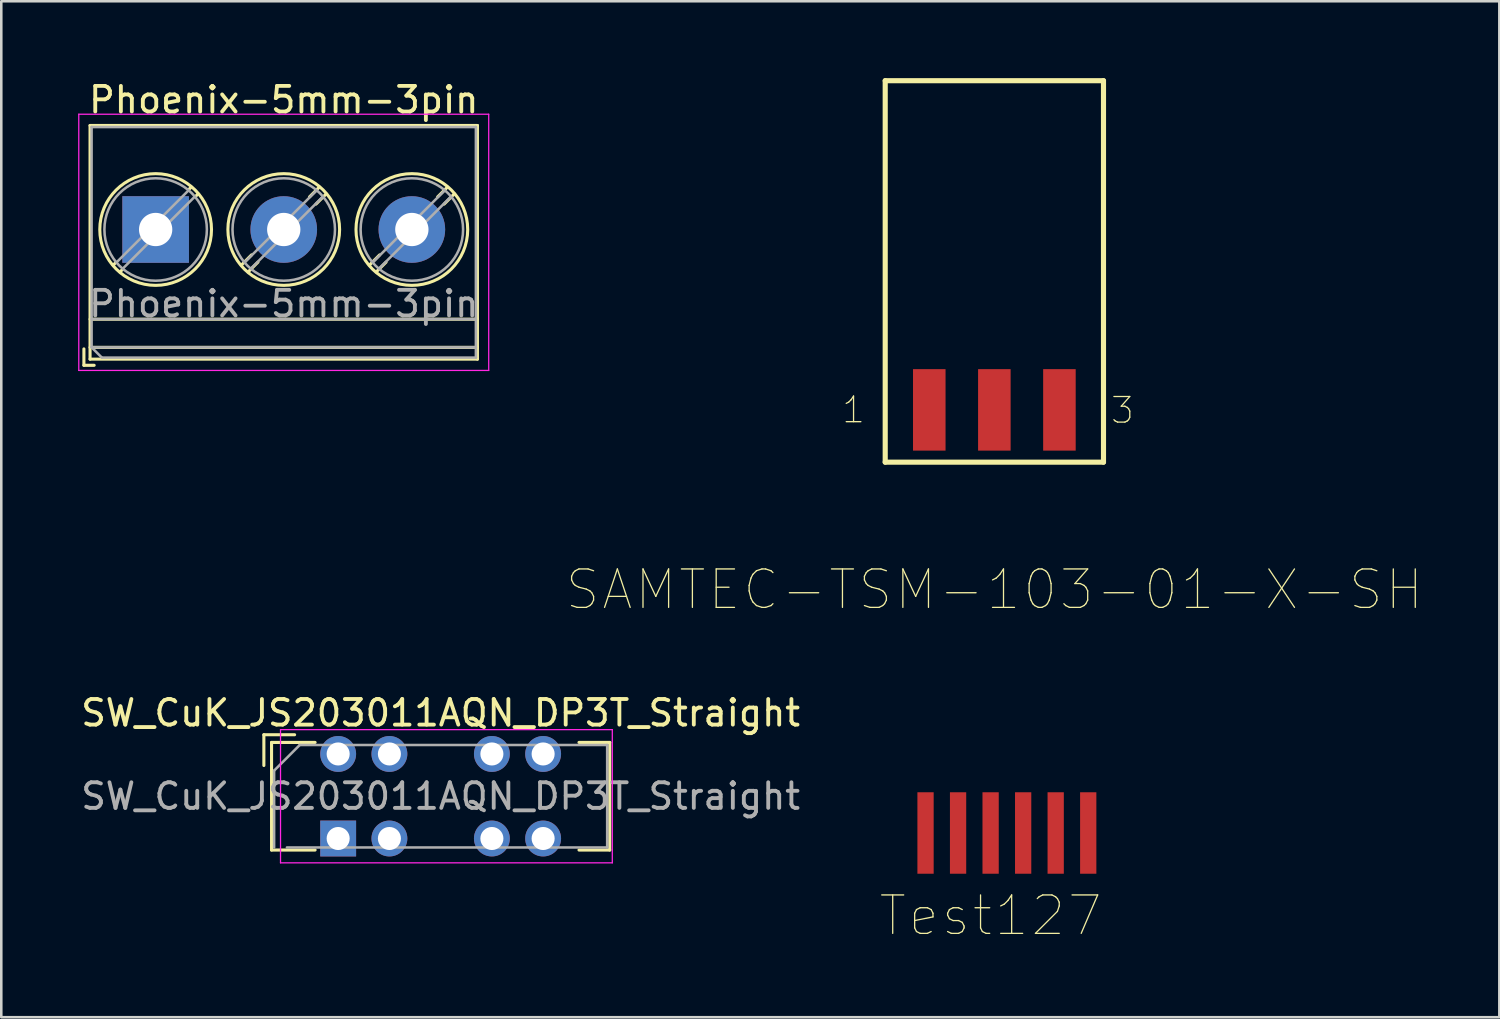
<source format=kicad_pcb>
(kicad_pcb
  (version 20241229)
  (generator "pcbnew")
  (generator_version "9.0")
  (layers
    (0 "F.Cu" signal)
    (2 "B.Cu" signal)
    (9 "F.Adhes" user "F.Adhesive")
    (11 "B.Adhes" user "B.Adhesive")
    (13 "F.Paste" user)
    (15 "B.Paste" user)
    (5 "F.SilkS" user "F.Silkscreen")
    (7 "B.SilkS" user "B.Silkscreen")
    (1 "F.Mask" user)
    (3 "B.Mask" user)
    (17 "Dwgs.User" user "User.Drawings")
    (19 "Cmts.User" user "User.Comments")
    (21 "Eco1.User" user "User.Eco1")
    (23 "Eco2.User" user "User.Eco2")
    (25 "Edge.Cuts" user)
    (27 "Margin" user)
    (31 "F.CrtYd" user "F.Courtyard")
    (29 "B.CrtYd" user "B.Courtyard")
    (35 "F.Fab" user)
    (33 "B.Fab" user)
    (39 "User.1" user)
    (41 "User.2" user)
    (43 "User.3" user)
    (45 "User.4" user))
  (footprint "Test127"
    (layer "F.Cu")
    (at 35.615 24.18)
    (property "Reference" "Test127" (at 0 8.509 0) (layer "F.SilkS") (effects (font (size 1.5 1.5) (thickness 0.05))))
    (attr smd)
    (fp_poly (pts (xy -2.921 3.688) (xy -2.159 3.688) (xy -2.159 6.98) (xy -2.921 6.98)) (stroke (width 0) (type solid)) (fill yes) (layer "F.Mask"))
    (fp_poly (pts (xy -1.651 3.693) (xy -0.889 3.683) (xy -0.889 6.985) (xy -1.651 6.99)) (stroke (width 0) (type solid)) (fill yes) (layer "F.Mask"))
    (fp_poly (pts (xy -0.381 3.688) (xy 0.381 3.688) (xy 0.381 6.98) (xy -0.381 6.98)) (stroke (width 0) (type solid)) (fill yes) (layer "F.Mask"))
    (fp_poly (pts (xy 0.889 3.688) (xy 1.651 3.688) (xy 1.651 6.98) (xy 0.889 6.98)) (stroke (width 0) (type solid)) (fill yes) (layer "F.Mask"))
    (fp_poly (pts (xy 2.159 3.688) (xy 2.921 3.688) (xy 2.921 6.98) (xy 2.159 6.98)) (stroke (width 0) (type solid)) (fill yes) (layer "F.Mask"))
    (fp_poly (pts (xy 3.429 3.688) (xy 4.191 3.688) (xy 4.191 6.98) (xy 3.429 6.98)) (stroke (width 0) (type solid)) (fill yes) (layer "F.Mask"))
    (fp_line (start -2.858 3.81) (end -2.222 3.81) (stroke (width 0.1) (type solid)) (layer "Eco2.User"))
    (fp_line (start -2.673 5.842) (end -2.858 5.334) (stroke (width 0.1) (type solid)) (layer "Eco2.User"))
    (fp_line (start -2.673 5.842) (end -2.407 5.842) (stroke (width 0.1) (type solid)) (layer "Eco2.User"))
    (fp_line (start -2.407 5.842) (end -2.222 5.334) (stroke (width 0.1) (type solid)) (layer "Eco2.User"))
    (fp_line (start -0.318 3.81) (end 0.318 3.81) (stroke (width 0.1) (type solid)) (layer "Eco2.User"))
    (fp_line (start -0.133 5.842) (end -0.318 5.334) (stroke (width 0.1) (type solid)) (layer "Eco2.User"))
    (fp_line (start -0.133 5.842) (end 0.133 5.842) (stroke (width 0.1) (type solid)) (layer "Eco2.User"))
    (fp_line (start 0.133 5.842) (end 0.318 5.334) (stroke (width 0.1) (type solid)) (layer "Eco2.User"))
    (fp_line (start 2.222 3.807) (end 2.858 3.807) (stroke (width 0.1) (type solid)) (layer "Eco2.User"))
    (fp_line (start 2.407 5.839) (end 2.222 5.331) (stroke (width 0.1) (type solid)) (layer "Eco2.User"))
    (fp_line (start 2.407 5.839) (end 2.673 5.839) (stroke (width 0.1) (type solid)) (layer "Eco2.User"))
    (fp_line (start 2.673 5.839) (end 2.858 5.331) (stroke (width 0.1) (type solid)) (layer "Eco2.User"))
    (pad "1" smd rect (at -2.54 5.283) (size 0.635 3.18) (layers "F.Cu" "F.Mask" "F.Paste"))
    (pad "2" smd rect (at -1.27 5.283) (size 0.635 3.18) (layers "F.Cu" "F.Mask" "F.Paste"))
    (pad "3" smd rect (at 0 5.283) (size 0.635 3.18) (layers "F.Cu" "F.Mask" "F.Paste"))
    (pad "4" smd rect (at 1.27 5.283) (size 0.635 3.18) (layers "F.Cu" "F.Mask" "F.Paste"))
    (pad "5" smd rect (at 2.54 5.283) (size 0.635 3.18) (layers "F.Cu" "F.Mask" "F.Paste"))
    (pad "6" smd rect (at 3.81 5.283) (size 0.635 3.18) (layers "F.Cu" "F.Mask" "F.Paste")))
  (footprint "Phoenix-5mm-3pin"
    (layer "F.Cu")
    (at 3.025 5.908)
    (property "Reference" "Phoenix-5mm-3pin" (at 5 -5.06 0) (layer "F.SilkS") (effects (font (size 1 1) (thickness 0.15))))
    (attr through_hole)
    (fp_line (start -2.8 4.66) (end -2.8 5.3) (stroke (width 0.12) (type solid)) (layer "F.SilkS"))
    (fp_line (start -2.8 5.3) (end -2.4 5.3) (stroke (width 0.12) (type solid)) (layer "F.SilkS"))
    (fp_line (start -2.56 -4.06) (end -2.56 5.06) (stroke (width 0.12) (type solid)) (layer "F.SilkS"))
    (fp_line (start -2.56 -4.06) (end 12.56 -4.06) (stroke (width 0.12) (type solid)) (layer "F.SilkS"))
    (fp_line (start -2.56 3.5) (end 12.56 3.5) (stroke (width 0.12) (type solid)) (layer "F.SilkS"))
    (fp_line (start -2.56 4.6) (end 12.56 4.6) (stroke (width 0.12) (type solid)) (layer "F.SilkS"))
    (fp_line (start -2.56 5.06) (end 12.56 5.06) (stroke (width 0.12) (type solid)) (layer "F.SilkS"))
    (fp_line (start -1.548 1.281) (end -1.654 1.388) (stroke (width 0.12) (type solid)) (layer "F.SilkS"))
    (fp_line (start -1.282 1.547) (end -1.388 1.654) (stroke (width 0.12) (type solid)) (layer "F.SilkS"))
    (fp_line (start 1.388 -1.654) (end 1.281 -1.547) (stroke (width 0.12) (type solid)) (layer "F.SilkS"))
    (fp_line (start 1.654 -1.388) (end 1.547 -1.281) (stroke (width 0.12) (type solid)) (layer "F.SilkS"))
    (fp_line (start 3.742 0.992) (end 3.347 1.388) (stroke (width 0.12) (type solid)) (layer "F.SilkS"))
    (fp_line (start 3.993 1.274) (end 3.613 1.654) (stroke (width 0.12) (type solid)) (layer "F.SilkS"))
    (fp_line (start 6.388 -1.654) (end 6.008 -1.274) (stroke (width 0.12) (type solid)) (layer "F.SilkS"))
    (fp_line (start 6.654 -1.388) (end 6.259 -0.992) (stroke (width 0.12) (type solid)) (layer "F.SilkS"))
    (fp_line (start 8.742 0.992) (end 8.347 1.388) (stroke (width 0.12) (type solid)) (layer "F.SilkS"))
    (fp_line (start 8.993 1.274) (end 8.613 1.654) (stroke (width 0.12) (type solid)) (layer "F.SilkS"))
    (fp_line (start 11.388 -1.654) (end 11.008 -1.274) (stroke (width 0.12) (type solid)) (layer "F.SilkS"))
    (fp_line (start 11.654 -1.388) (end 11.259 -0.992) (stroke (width 0.12) (type solid)) (layer "F.SilkS"))
    (fp_line (start 12.56 -4.06) (end 12.56 5.06) (stroke (width 0.12) (type solid)) (layer "F.SilkS"))
    (fp_circle (center 0 0) (end 2.18 0) (stroke (width 0.12) (type solid)) (fill no) (layer "F.SilkS"))
    (fp_circle (center 5 0) (end 7.18 0) (stroke (width 0.12) (type solid)) (fill no) (layer "F.SilkS"))
    (fp_circle (center 10 0) (end 12.18 0) (stroke (width 0.12) (type solid)) (fill no) (layer "F.SilkS"))
    (fp_line (start -3 -4.5) (end -3 5.5) (stroke (width 0.05) (type solid)) (layer "F.CrtYd"))
    (fp_line (start -3 5.5) (end 13 5.5) (stroke (width 0.05) (type solid)) (layer "F.CrtYd"))
    (fp_line (start 13 -4.5) (end -3 -4.5) (stroke (width 0.05) (type solid)) (layer "F.CrtYd"))
    (fp_line (start 13 5.5) (end 13 -4.5) (stroke (width 0.05) (type solid)) (layer "F.CrtYd"))
    (fp_line (start -2.5 -4) (end 12.5 -4) (stroke (width 0.1) (type solid)) (layer "F.Fab"))
    (fp_line (start -2.5 3.5) (end 12.5 3.5) (stroke (width 0.1) (type solid)) (layer "F.Fab"))
    (fp_line (start -2.5 4.6) (end -2.5 -4) (stroke (width 0.1) (type solid)) (layer "F.Fab"))
    (fp_line (start -2.5 4.6) (end 12.5 4.6) (stroke (width 0.1) (type solid)) (layer "F.Fab"))
    (fp_line (start -2.1 5) (end -2.5 4.6) (stroke (width 0.1) (type solid)) (layer "F.Fab"))
    (fp_line (start 1.273 -1.517) (end -1.517 1.273) (stroke (width 0.1) (type solid)) (layer "F.Fab"))
    (fp_line (start 1.517 -1.273) (end -1.273 1.517) (stroke (width 0.1) (type solid)) (layer "F.Fab"))
    (fp_line (start 6.273 -1.517) (end 3.484 1.273) (stroke (width 0.1) (type solid)) (layer "F.Fab"))
    (fp_line (start 6.517 -1.273) (end 3.728 1.517) (stroke (width 0.1) (type solid)) (layer "F.Fab"))
    (fp_line (start 11.273 -1.517) (end 8.484 1.273) (stroke (width 0.1) (type solid)) (layer "F.Fab"))
    (fp_line (start 11.517 -1.273) (end 8.728 1.517) (stroke (width 0.1) (type solid)) (layer "F.Fab"))
    (fp_line (start 12.5 -4) (end 12.5 5) (stroke (width 0.1) (type solid)) (layer "F.Fab"))
    (fp_line (start 12.5 5) (end -2.1 5) (stroke (width 0.1) (type solid)) (layer "F.Fab"))
    (fp_circle (center 0 0) (end 2 0) (stroke (width 0.1) (type solid)) (fill no) (layer "F.Fab"))
    (fp_circle (center 5 0) (end 7 0) (stroke (width 0.1) (type solid)) (fill no) (layer "F.Fab"))
    (fp_circle (center 10 0) (end 12 0) (stroke (width 0.1) (type solid)) (fill no) (layer "F.Fab"))
    (fp_text user "${REFERENCE}" (at 5 2.9 0) (layer "F.Fab") (effects (font (size 1 1) (thickness 0.15))))
    (pad "1" thru_hole rect (at 0 0) (size 2.6 2.6) (drill 1.3) (layers "*.Cu" "*.Mask"))
    (pad "2" thru_hole circle (at 5 0) (size 2.6 2.6) (drill 1.3) (layers "*.Cu" "*.Mask"))
    (pad "3" thru_hole circle (at 10 0) (size 2.6 2.6) (drill 1.3) (layers "*.Cu" "*.Mask")))
  (footprint "SAMTEC-TSM-103-01-X-SH"
    (layer "F.Cu")
    (at 35.761 7.665)
    (property "Reference" "SAMTEC-TSM-103-01-X-SH" (at 0 12.3 0) (layer "F.SilkS") (effects (font (size 1.5 1.5) (thickness 0.05))))
    (attr smd)
    (fp_poly (pts (xy -3.226 3.642) (xy -1.854 3.642) (xy -1.854 6.924) (xy -3.226 6.924)) (stroke (width 0) (type solid)) (fill yes) (layer "F.Mask"))
    (fp_poly (pts (xy -0.686 3.642) (xy 0.686 3.642) (xy 0.686 6.924) (xy -0.686 6.924)) (stroke (width 0) (type solid)) (fill yes) (layer "F.Mask"))
    (fp_poly (pts (xy 1.854 3.642) (xy 3.226 3.642) (xy 3.226 6.924) (xy 1.854 6.924)) (stroke (width 0) (type solid)) (fill yes) (layer "F.Mask"))
    (fp_line (start -4.26 -7.565) (end -4.26 7.324) (stroke (width 0.2) (type solid)) (layer "F.SilkS"))
    (fp_line (start -4.26 7.324) (end 4.26 7.324) (stroke (width 0.2) (type solid)) (layer "F.SilkS"))
    (fp_line (start 4.26 -7.565) (end -4.26 -7.565) (stroke (width 0.2) (type solid)) (layer "F.SilkS"))
    (fp_line (start 4.26 7.324) (end 4.26 -7.565) (stroke (width 0.2) (type solid)) (layer "F.SilkS"))
    (fp_poly (pts (xy -3.175 3.693) (xy -1.905 3.693) (xy -1.905 6.873) (xy -3.175 6.873)) (stroke (width 0) (type solid)) (fill yes) (layer "F.Paste"))
    (fp_poly (pts (xy -0.635 3.693) (xy 0.635 3.693) (xy 0.635 6.873) (xy -0.635 6.873)) (stroke (width 0) (type solid)) (fill yes) (layer "F.Paste"))
    (fp_poly (pts (xy 1.905 3.693) (xy 3.175 3.693) (xy 3.175 6.873) (xy 1.905 6.873)) (stroke (width 0) (type solid)) (fill yes) (layer "F.Paste"))
    (fp_line (start -4.26 -7.565) (end -4.26 7.324) (stroke (width 0.1) (type solid)) (layer "Eco2.User"))
    (fp_line (start -4.26 7.324) (end 4.26 7.324) (stroke (width 0.1) (type solid)) (layer "Eco2.User"))
    (fp_line (start -3.81 -1.27) (end -3.81 1.27) (stroke (width 0.1) (type solid)) (layer "Eco2.User"))
    (fp_line (start -3.81 -1.27) (end -1.651 -1.27) (stroke (width 0.1) (type solid)) (layer "Eco2.User"))
    (fp_line (start -3.81 1.27) (end -1.651 1.27) (stroke (width 0.1) (type solid)) (layer "Eco2.User"))
    (fp_line (start -2.858 -1.27) (end -2.858 -6.604) (stroke (width 0.1) (type solid)) (layer "Eco2.User"))
    (fp_line (start -2.858 3.81) (end -2.222 3.81) (stroke (width 0.1) (type solid)) (layer "Eco2.User"))
    (fp_line (start -2.858 5.334) (end -2.858 1.27) (stroke (width 0.1) (type solid)) (layer "Eco2.User"))
    (fp_line (start -2.673 -7.112) (end -2.858 -6.604) (stroke (width 0.1) (type solid)) (layer "Eco2.User"))
    (fp_line (start -2.673 -7.112) (end -2.407 -7.112) (stroke (width 0.1) (type solid)) (layer "Eco2.User"))
    (fp_line (start -2.673 5.842) (end -2.858 5.334) (stroke (width 0.1) (type solid)) (layer "Eco2.User"))
    (fp_line (start -2.673 5.842) (end -2.407 5.842) (stroke (width 0.1) (type solid)) (layer "Eco2.User"))
    (fp_line (start -2.407 -7.112) (end -2.222 -6.604) (stroke (width 0.1) (type solid)) (layer "Eco2.User"))
    (fp_line (start -2.407 5.842) (end -2.222 5.334) (stroke (width 0.1) (type solid)) (layer "Eco2.User"))
    (fp_line (start -2.222 -1.27) (end -2.222 -6.604) (stroke (width 0.1) (type solid)) (layer "Eco2.User"))
    (fp_line (start -2.222 5.334) (end -2.222 1.27) (stroke (width 0.1) (type solid)) (layer "Eco2.User"))
    (fp_line (start -1.651 -1.27) (end -1.651 1.27) (stroke (width 0.1) (type solid)) (layer "Eco2.User"))
    (fp_line (start -1.651 1.143) (end -1.27 1.143) (stroke (width 0.1) (type solid)) (layer "Eco2.User"))
    (fp_line (start -1.27 -1.143) (end -1.651 -1.143) (stroke (width 0.1) (type solid)) (layer "Eco2.User"))
    (fp_line (start -1.27 1.143) (end -0.889 1.143) (stroke (width 0.1) (type solid)) (layer "Eco2.User"))
    (fp_line (start -0.889 -1.27) (end 0.889 -1.27) (stroke (width 0.1) (type solid)) (layer "Eco2.User"))
    (fp_line (start -0.889 -1.143) (end -1.27 -1.143) (stroke (width 0.1) (type solid)) (layer "Eco2.User"))
    (fp_line (start -0.889 1.27) (end -0.889 -1.27) (stroke (width 0.1) (type solid)) (layer "Eco2.User"))
    (fp_line (start -0.889 1.27) (end 0.889 1.27) (stroke (width 0.1) (type solid)) (layer "Eco2.User"))
    (fp_line (start -0.318 -6.604) (end -0.318 -1.27) (stroke (width 0.1) (type solid)) (layer "Eco2.User"))
    (fp_line (start -0.318 1.27) (end -0.318 5.334) (stroke (width 0.1) (type solid)) (layer "Eco2.User"))
    (fp_line (start -0.318 3.81) (end 0.318 3.81) (stroke (width 0.1) (type solid)) (layer "Eco2.User"))
    (fp_line (start -0.133 -7.112) (end -0.318 -6.604) (stroke (width 0.1) (type solid)) (layer "Eco2.User"))
    (fp_line (start -0.133 -7.112) (end 0.133 -7.112) (stroke (width 0.1) (type solid)) (layer "Eco2.User"))
    (fp_line (start -0.133 5.842) (end -0.318 5.334) (stroke (width 0.1) (type solid)) (layer "Eco2.User"))
    (fp_line (start -0.133 5.842) (end 0.133 5.842) (stroke (width 0.1) (type solid)) (layer "Eco2.User"))
    (fp_line (start 0.133 -7.112) (end 0.318 -6.604) (stroke (width 0.1) (type solid)) (layer "Eco2.User"))
    (fp_line (start 0.133 5.842) (end 0.318 5.334) (stroke (width 0.1) (type solid)) (layer "Eco2.User"))
    (fp_line (start 0.318 -1.27) (end 0.318 -6.604) (stroke (width 0.1) (type solid)) (layer "Eco2.User"))
    (fp_line (start 0.318 5.334) (end 0.318 1.27) (stroke (width 0.1) (type solid)) (layer "Eco2.User"))
    (fp_line (start 0.889 -1.27) (end 0.889 1.27) (stroke (width 0.1) (type solid)) (layer "Eco2.User"))
    (fp_line (start 0.889 1.143) (end 1.27 1.143) (stroke (width 0.1) (type solid)) (layer "Eco2.User"))
    (fp_line (start 1.27 -1.143) (end 0.889 -1.143) (stroke (width 0.1) (type solid)) (layer "Eco2.User"))
    (fp_line (start 1.27 1.14) (end 1.651 1.14) (stroke (width 0.1) (type solid)) (layer "Eco2.User"))
    (fp_line (start 1.651 -1.273) (end 3.81 -1.273) (stroke (width 0.1) (type solid)) (layer "Eco2.User"))
    (fp_line (start 1.651 -1.146) (end 1.27 -1.146) (stroke (width 0.1) (type solid)) (layer "Eco2.User"))
    (fp_line (start 1.651 1.267) (end 1.651 -1.273) (stroke (width 0.1) (type solid)) (layer "Eco2.User"))
    (fp_line (start 1.651 1.267) (end 3.81 1.267) (stroke (width 0.1) (type solid)) (layer "Eco2.User"))
    (fp_line (start 2.222 -6.607) (end 2.222 -1.273) (stroke (width 0.1) (type solid)) (layer "Eco2.User"))
    (fp_line (start 2.222 1.267) (end 2.222 5.331) (stroke (width 0.1) (type solid)) (layer "Eco2.User"))
    (fp_line (start 2.222 3.807) (end 2.858 3.807) (stroke (width 0.1) (type solid)) (layer "Eco2.User"))
    (fp_line (start 2.407 -7.115) (end 2.222 -6.607) (stroke (width 0.1) (type solid)) (layer "Eco2.User"))
    (fp_line (start 2.407 -7.115) (end 2.673 -7.115) (stroke (width 0.1) (type solid)) (layer "Eco2.User"))
    (fp_line (start 2.407 5.839) (end 2.222 5.331) (stroke (width 0.1) (type solid)) (layer "Eco2.User"))
    (fp_line (start 2.407 5.839) (end 2.673 5.839) (stroke (width 0.1) (type solid)) (layer "Eco2.User"))
    (fp_line (start 2.673 -7.115) (end 2.858 -6.607) (stroke (width 0.1) (type solid)) (layer "Eco2.User"))
    (fp_line (start 2.673 5.839) (end 2.858 5.331) (stroke (width 0.1) (type solid)) (layer "Eco2.User"))
    (fp_line (start 2.858 -1.273) (end 2.858 -6.607) (stroke (width 0.1) (type solid)) (layer "Eco2.User"))
    (fp_line (start 2.858 5.331) (end 2.858 1.267) (stroke (width 0.1) (type solid)) (layer "Eco2.User"))
    (fp_line (start 3.81 -1.273) (end 3.81 1.267) (stroke (width 0.1) (type solid)) (layer "Eco2.User"))
    (fp_line (start 4.26 -7.565) (end -4.26 -7.565) (stroke (width 0.1) (type solid)) (layer "Eco2.User"))
    (fp_line (start 4.26 7.324) (end 4.26 -7.565) (stroke (width 0.1) (type solid)) (layer "Eco2.User"))
    (fp_text user "1" (at -5.496 5.283 0) (layer "F.SilkS") (effects (font (size 1 1) (thickness 0.05))))
    (fp_text user "3" (at 5 5.3 0) (layer "F.SilkS") (effects (font (size 1 1) (thickness 0.05))))
    (pad "1" smd rect (at -2.54 5.283) (size 1.27 3.18) (layers "F.Cu" "F.Mask" "F.Paste"))
    (pad "2" smd rect (at 0 5.283) (size 1.27 3.18) (layers "F.Cu" "F.Mask" "F.Paste"))
    (pad "3" smd rect (at 2.54 5.283) (size 1.27 3.18) (layers "F.Cu" "F.Mask" "F.Paste")))
  (footprint "SW_CuK_JS203011AQN_DP3T_Straight"
    (layer "F.Cu")
    (at 14.149 27.878)
    (property "Reference" "SW_CuK_JS203011AQN_DP3T_Straight" (at 0 -3.1 0) (layer "F.SilkS") (effects (font (size 1 1) (thickness 0.15))))
    (attr through_hole)
    (fp_line (start -6.9 -2.25) (end -6.9 -1.05) (stroke (width 0.12) (type solid)) (layer "F.SilkS"))
    (fp_line (start -6.6 -1.95) (end -6.6 2.25) (stroke (width 0.12) (type solid)) (layer "F.SilkS"))
    (fp_line (start -6.6 2.25) (end -4.9 2.25) (stroke (width 0.12) (type solid)) (layer "F.SilkS"))
    (fp_line (start -5.7 -2.25) (end -6.9 -2.25) (stroke (width 0.12) (type solid)) (layer "F.SilkS"))
    (fp_line (start -4.9 -1.95) (end -6.6 -1.95) (stroke (width 0.12) (type solid)) (layer "F.SilkS"))
    (fp_line (start 5.4 -1.95) (end 6.6 -1.95) (stroke (width 0.12) (type solid)) (layer "F.SilkS"))
    (fp_line (start 6.6 -1.95) (end 6.6 2.25) (stroke (width 0.12) (type solid)) (layer "F.SilkS"))
    (fp_line (start 6.6 2.25) (end 5.4 2.25) (stroke (width 0.12) (type solid)) (layer "F.SilkS"))
    (fp_line (start -6.25 -2.45) (end 6.7 -2.45) (stroke (width 0.05) (type solid)) (layer "F.CrtYd"))
    (fp_line (start -6.25 2.75) (end -6.25 -2.45) (stroke (width 0.05) (type solid)) (layer "F.CrtYd"))
    (fp_line (start 6.7 -2.45) (end 6.7 2.75) (stroke (width 0.05) (type solid)) (layer "F.CrtYd"))
    (fp_line (start 6.7 2.75) (end -6.25 2.75) (stroke (width 0.05) (type solid)) (layer "F.CrtYd"))
    (fp_line (start -6.5 2.15) (end -6.5 -0.85) (stroke (width 0.1) (type solid)) (layer "F.Fab"))
    (fp_line (start -5.5 -1.85) (end -6.5 -0.85) (stroke (width 0.1) (type solid)) (layer "F.Fab"))
    (fp_line (start -5.5 -1.85) (end 6.5 -1.85) (stroke (width 0.1) (type solid)) (layer "F.Fab"))
    (fp_line (start 6.5 -1.85) (end 6.5 2.15) (stroke (width 0.1) (type solid)) (layer "F.Fab"))
    (fp_line (start 6.5 2.15) (end -6 2.15) (stroke (width 0.1) (type solid)) (layer "F.Fab"))
    (fp_text user "${REFERENCE}" (at 0 0.15 0) (layer "F.Fab") (effects (font (size 1 1) (thickness 0.15))))
    (pad "1" thru_hole rect (at -4 1.8) (size 1.4 1.4) (drill 0.9) (layers "*.Cu" "*.Mask"))
    (pad "2" thru_hole circle (at -2 1.8) (size 1.4 1.4) (drill 0.9) (layers "*.Cu" "*.Mask"))
    (pad "3" thru_hole circle (at 2 1.8) (size 1.4 1.4) (drill 0.9) (layers "*.Cu" "*.Mask"))
    (pad "4" thru_hole circle (at 4 1.8) (size 1.4 1.4) (drill 0.9) (layers "*.Cu" "*.Mask"))
    (pad "5" thru_hole circle (at -4 -1.5) (size 1.4 1.4) (drill 0.9) (layers "*.Cu" "*.Mask"))
    (pad "6" thru_hole circle (at -2 -1.5) (size 1.4 1.4) (drill 0.9) (layers "*.Cu" "*.Mask"))
    (pad "7" thru_hole circle (at 2 -1.5) (size 1.4 1.4) (drill 0.9) (layers "*.Cu" "*.Mask"))
    (pad "8" thru_hole circle (at 4 -1.5) (size 1.4 1.4) (drill 0.9) (layers "*.Cu" "*.Mask")))
  (gr_rect
    (start -3 -3)
    (end 55.471 36.654)
    (stroke (width 0.1) (type default))
    (fill no)
    (layer "Edge.Cuts")))
</source>
